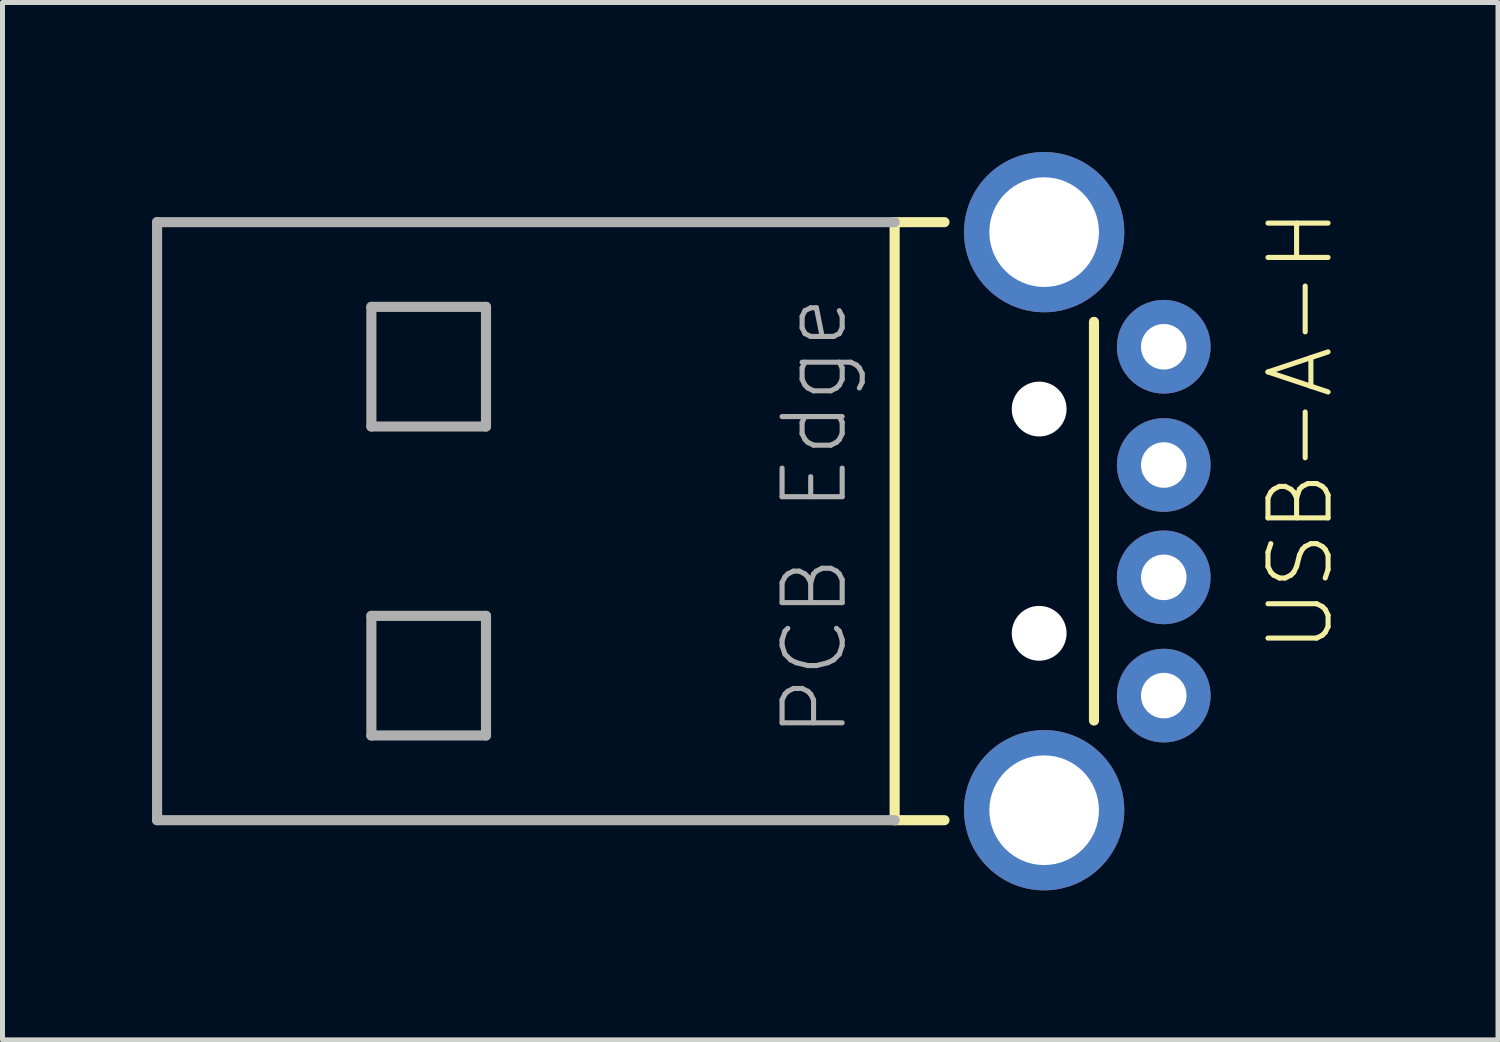
<source format=kicad_pcb>
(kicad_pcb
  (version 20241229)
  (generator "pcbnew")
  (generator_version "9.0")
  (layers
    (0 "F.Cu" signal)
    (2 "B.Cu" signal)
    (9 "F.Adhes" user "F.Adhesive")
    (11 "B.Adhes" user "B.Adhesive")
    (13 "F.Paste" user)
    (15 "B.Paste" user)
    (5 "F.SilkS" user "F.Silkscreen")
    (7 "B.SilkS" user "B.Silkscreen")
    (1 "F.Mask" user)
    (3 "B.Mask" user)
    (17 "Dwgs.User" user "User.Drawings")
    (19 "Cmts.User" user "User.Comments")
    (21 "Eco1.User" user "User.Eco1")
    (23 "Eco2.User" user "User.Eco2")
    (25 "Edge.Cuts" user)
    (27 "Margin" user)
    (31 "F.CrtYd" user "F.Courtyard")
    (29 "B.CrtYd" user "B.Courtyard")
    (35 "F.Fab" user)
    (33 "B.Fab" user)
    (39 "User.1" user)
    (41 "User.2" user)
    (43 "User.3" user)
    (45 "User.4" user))
  (footprint "USB-A-H"
    (layer "F.Cu")
    (at 17.902 7.408)
    (property "Reference" "USB-A-H" (at 5.85 2.7 90) (layer "F.SilkS") (effects (font (size 1.206 1.206) (thickness 0.102)) (justify left bottom)))
    (attr through_hole)
    (fp_line (start -3 -6) (end -3 6) (stroke (width 0.203) (type solid)) (layer "F.SilkS"))
    (fp_line (start -3 -6) (end -2 -6) (stroke (width 0.203) (type solid)) (layer "F.SilkS"))
    (fp_line (start -3 6) (end -2 6) (stroke (width 0.203) (type solid)) (layer "F.SilkS"))
    (fp_line (start 1 4) (end 1 -4) (stroke (width 0.203) (type solid)) (layer "F.SilkS"))
    (fp_line (start -17.8 -6) (end -17.8 6) (stroke (width 0.203) (type solid)) (layer "F.Fab"))
    (fp_line (start -13.5 -4.3) (end -13.5 -1.9) (stroke (width 0.203) (type solid)) (layer "F.Fab"))
    (fp_line (start -13.5 -1.9) (end -11.2 -1.9) (stroke (width 0.203) (type solid)) (layer "F.Fab"))
    (fp_line (start -13.5 1.9) (end -13.5 4.3) (stroke (width 0.203) (type solid)) (layer "F.Fab"))
    (fp_line (start -13.5 4.3) (end -11.2 4.3) (stroke (width 0.203) (type solid)) (layer "F.Fab"))
    (fp_line (start -11.2 -4.3) (end -13.5 -4.3) (stroke (width 0.203) (type solid)) (layer "F.Fab"))
    (fp_line (start -11.2 -1.9) (end -11.2 -4.3) (stroke (width 0.203) (type solid)) (layer "F.Fab"))
    (fp_line (start -11.2 1.9) (end -13.5 1.9) (stroke (width 0.203) (type solid)) (layer "F.Fab"))
    (fp_line (start -11.2 4.3) (end -11.2 1.9) (stroke (width 0.203) (type solid)) (layer "F.Fab"))
    (fp_line (start -3 -6) (end -17.8 -6) (stroke (width 0.203) (type solid)) (layer "F.Fab"))
    (fp_line (start -3 6) (end -17.8 6) (stroke (width 0.203) (type solid)) (layer "F.Fab"))
    (fp_text user "PCB Edge" (at -3.9 4.4 90) (layer "F.Fab") (effects (font (size 1.206 1.206) (thickness 0.102)) (justify left bottom)))
    (pad "" np_thru_hole circle (at -0.1 -2.25) (size 1.1 1.1) (drill 1.1) (layers "*.Cu"))
    (pad "" np_thru_hole circle (at -0.1 2.25) (size 1.1 1.1) (drill 1.1) (layers "*.Cu"))
    (pad "D+" thru_hole circle (at 2.4 -1.127 270) (size 1.88 1.88) (drill 0.914) (layers "*.Cu" "*.Mask"))
    (pad "D-" thru_hole circle (at 2.4 1.127 270) (size 1.88 1.88) (drill 0.914) (layers "*.Cu" "*.Mask"))
    (pad "GND" thru_hole circle (at 2.4 -3.5 270) (size 1.88 1.88) (drill 0.914) (layers "*.Cu" "*.Mask"))
    (pad "GND2" thru_hole circle (at 0 5.8 270) (size 3.216 3.216) (drill 2.2) (layers "*.Cu" "*.Mask"))
    (pad "GND3" thru_hole circle (at 0 -5.8 270) (size 3.216 3.216) (drill 2.2) (layers "*.Cu" "*.Mask"))
    (pad "VBUS" thru_hole circle (at 2.4 3.5 270) (size 1.88 1.88) (drill 0.914) (layers "*.Cu" "*.Mask")))
  (gr_rect
    (start -3 -3)
    (end 27.009 17.816)
    (stroke (width 0.1) (type default))
    (fill no)
    (layer "Edge.Cuts")))
</source>
